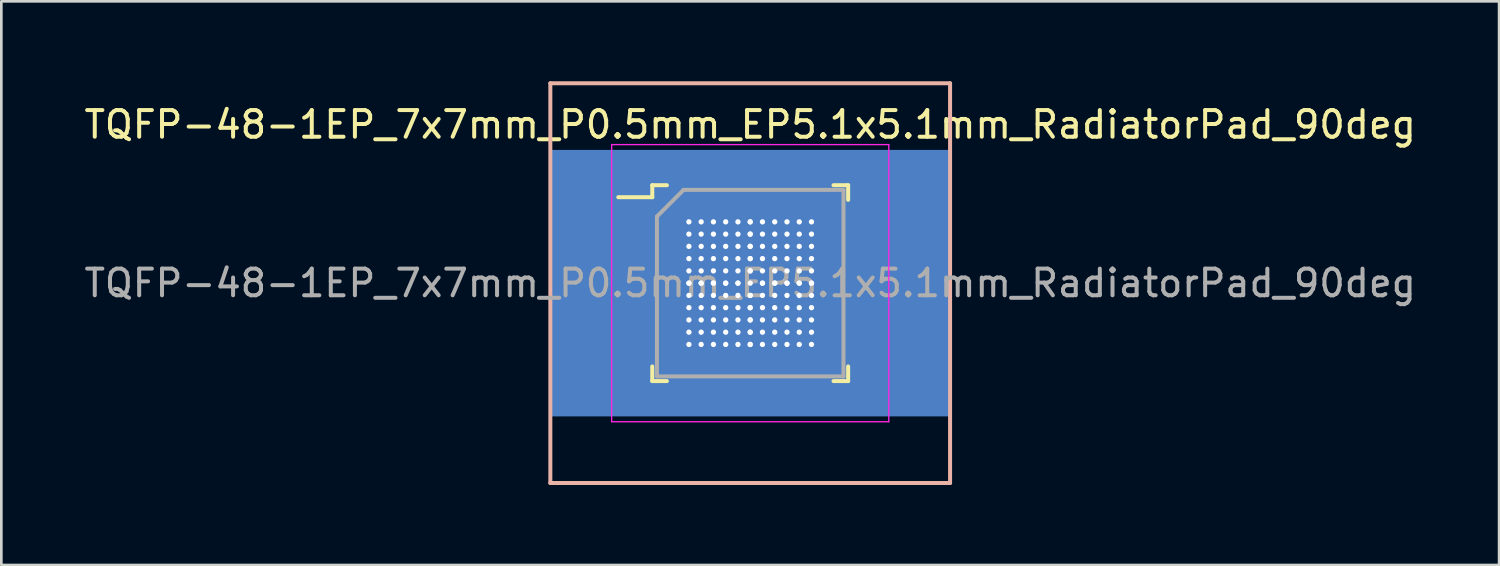
<source format=kicad_pcb>
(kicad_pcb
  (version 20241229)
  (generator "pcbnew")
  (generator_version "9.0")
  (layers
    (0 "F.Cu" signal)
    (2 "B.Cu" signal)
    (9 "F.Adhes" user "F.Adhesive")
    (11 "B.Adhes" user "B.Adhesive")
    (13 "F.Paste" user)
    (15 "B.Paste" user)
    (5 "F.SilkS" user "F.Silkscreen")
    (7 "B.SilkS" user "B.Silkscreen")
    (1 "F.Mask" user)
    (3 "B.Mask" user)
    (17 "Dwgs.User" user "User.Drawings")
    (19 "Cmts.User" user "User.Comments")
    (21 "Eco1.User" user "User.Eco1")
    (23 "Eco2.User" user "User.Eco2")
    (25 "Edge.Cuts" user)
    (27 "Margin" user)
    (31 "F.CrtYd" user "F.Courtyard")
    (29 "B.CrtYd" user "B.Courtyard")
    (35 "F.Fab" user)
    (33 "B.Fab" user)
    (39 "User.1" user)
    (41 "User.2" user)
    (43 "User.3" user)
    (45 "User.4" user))
  (footprint "TQFP-48-1EP_7x7mm_P0.5mm_EP5.1x5.1mm_RadiatorPad_90deg"
    (layer "F.Cu")
    (at 25.101 7.575)
    (property "Reference" "TQFP-48-1EP_7x7mm_P0.5mm_EP5.1x5.1mm_RadiatorPad_90deg" (at 0 -5.95 0) (layer "F.SilkS") (effects (font (size 1 1) (thickness 0.15))))
    (attr smd)
    (fp_line (start -3.675 -3.675) (end -3.675 -3.225) (stroke (width 0.15) (type solid)) (layer "F.SilkS"))
    (fp_line (start -3.675 -3.675) (end -3.125 -3.675) (stroke (width 0.15) (type solid)) (layer "F.SilkS"))
    (fp_line (start -3.675 -3.225) (end -4.95 -3.225) (stroke (width 0.15) (type solid)) (layer "F.SilkS"))
    (fp_line (start -3.675 3.675) (end -3.675 3.125) (stroke (width 0.15) (type solid)) (layer "F.SilkS"))
    (fp_line (start -3.675 3.675) (end -3.125 3.675) (stroke (width 0.15) (type solid)) (layer "F.SilkS"))
    (fp_line (start 3.675 -3.675) (end 3.125 -3.675) (stroke (width 0.15) (type solid)) (layer "F.SilkS"))
    (fp_line (start 3.675 -3.675) (end 3.675 -3.125) (stroke (width 0.15) (type solid)) (layer "F.SilkS"))
    (fp_line (start 3.675 3.675) (end 3.125 3.675) (stroke (width 0.15) (type solid)) (layer "F.SilkS"))
    (fp_line (start 3.675 3.675) (end 3.675 3.125) (stroke (width 0.15) (type solid)) (layer "F.SilkS"))
    (fp_line (start -7.5 -7.5) (end -7.5 7.5) (stroke (width 0.15) (type solid)) (layer "B.SilkS"))
    (fp_line (start -7.5 7.5) (end 7.5 7.5) (stroke (width 0.15) (type solid)) (layer "B.SilkS"))
    (fp_line (start 7.5 -7.5) (end -7.5 -7.5) (stroke (width 0.15) (type solid)) (layer "B.SilkS"))
    (fp_line (start 7.5 7.5) (end 7.5 -7.5) (stroke (width 0.15) (type solid)) (layer "B.SilkS"))
    (fp_line (start -5.2 -5.2) (end -5.2 5.2) (stroke (width 0.05) (type solid)) (layer "F.CrtYd"))
    (fp_line (start -5.2 -5.2) (end 5.2 -5.2) (stroke (width 0.05) (type solid)) (layer "F.CrtYd"))
    (fp_line (start -5.2 5.2) (end 5.2 5.2) (stroke (width 0.05) (type solid)) (layer "F.CrtYd"))
    (fp_line (start 5.2 -5.2) (end 5.2 5.2) (stroke (width 0.05) (type solid)) (layer "F.CrtYd"))
    (fp_line (start -3.5 -2.5) (end -2.5 -3.5) (stroke (width 0.15) (type solid)) (layer "F.Fab"))
    (fp_line (start -3.5 3.5) (end -3.5 -2.5) (stroke (width 0.15) (type solid)) (layer "F.Fab"))
    (fp_line (start -2.5 -3.5) (end 3.5 -3.5) (stroke (width 0.15) (type solid)) (layer "F.Fab"))
    (fp_line (start 3.5 -3.5) (end 3.5 3.5) (stroke (width 0.15) (type solid)) (layer "F.Fab"))
    (fp_line (start 3.5 3.5) (end -3.5 3.5) (stroke (width 0.15) (type solid)) (layer "F.Fab"))
    (fp_text user "${REFERENCE}" (at 0 0 0) (layer "F.Fab") (effects (font (size 1 1) (thickness 0.15))))
    (pad "" smd rect (at -1.275 -1.275) (size 1.75 1.75) (layers "F.Paste"))
    (pad "" smd rect (at -1.275 1.275) (size 1.75 1.75) (layers "F.Paste"))
    (pad "" smd rect (at 1.275 -1.275) (size 1.75 1.75) (layers "F.Paste"))
    (pad "" smd rect (at 1.275 1.275) (size 1.75 1.75) (layers "F.Paste"))
    (pad "1" smd rect (at -4.2 -2.75) (size 1.5 0.3) (layers "F.Cu" "F.Mask" "F.Paste"))
    (pad "2" smd rect (at -4.2 -2.25) (size 1.5 0.3) (layers "F.Cu" "F.Mask" "F.Paste"))
    (pad "3" smd rect (at -4.2 -1.75) (size 1.5 0.3) (layers "F.Cu" "F.Mask" "F.Paste"))
    (pad "4" smd rect (at -4.2 -1.25) (size 1.5 0.3) (layers "F.Cu" "F.Mask" "F.Paste"))
    (pad "5" smd rect (at -4.2 -0.75) (size 1.5 0.3) (layers "F.Cu" "F.Mask" "F.Paste"))
    (pad "6" smd rect (at -4.2 -0.25) (size 1.5 0.3) (layers "F.Cu" "F.Mask" "F.Paste"))
    (pad "7" smd rect (at -4.2 0.25) (size 1.5 0.3) (layers "F.Cu" "F.Mask" "F.Paste"))
    (pad "8" smd rect (at -4.2 0.75) (size 1.5 0.3) (layers "F.Cu" "F.Mask" "F.Paste"))
    (pad "9" smd rect (at -4.2 1.25) (size 1.5 0.3) (layers "F.Cu" "F.Mask" "F.Paste"))
    (pad "10" smd rect (at -4.2 1.75) (size 1.5 0.3) (layers "F.Cu" "F.Mask" "F.Paste"))
    (pad "11" smd rect (at -4.2 2.25) (size 1.5 0.3) (layers "F.Cu" "F.Mask" "F.Paste"))
    (pad "12" smd rect (at -4.2 2.75) (size 1.5 0.3) (layers "F.Cu" "F.Mask" "F.Paste"))
    (pad "13" smd rect (at -2.75 4.2 90) (size 1.5 0.3) (layers "F.Cu" "F.Mask" "F.Paste"))
    (pad "14" smd rect (at -2.25 4.2 90) (size 1.5 0.3) (layers "F.Cu" "F.Mask" "F.Paste"))
    (pad "15" smd rect (at -1.75 4.2 90) (size 1.5 0.3) (layers "F.Cu" "F.Mask" "F.Paste"))
    (pad "16" smd rect (at -1.25 4.2 90) (size 1.5 0.3) (layers "F.Cu" "F.Mask" "F.Paste"))
    (pad "17" smd rect (at -0.75 4.2 90) (size 1.5 0.3) (layers "F.Cu" "F.Mask" "F.Paste"))
    (pad "18" smd rect (at -0.25 4.2 90) (size 1.5 0.3) (layers "F.Cu" "F.Mask" "F.Paste"))
    (pad "19" smd rect (at 0.25 4.2 90) (size 1.5 0.3) (layers "F.Cu" "F.Mask" "F.Paste"))
    (pad "20" smd rect (at 0.75 4.2 90) (size 1.5 0.3) (layers "F.Cu" "F.Mask" "F.Paste"))
    (pad "21" smd rect (at 1.25 4.2 90) (size 1.5 0.3) (layers "F.Cu" "F.Mask" "F.Paste"))
    (pad "22" smd rect (at 1.75 4.2 90) (size 1.5 0.3) (layers "F.Cu" "F.Mask" "F.Paste"))
    (pad "23" smd rect (at 2.25 4.2 90) (size 1.5 0.3) (layers "F.Cu" "F.Mask" "F.Paste"))
    (pad "24" smd rect (at 2.75 4.2 90) (size 1.5 0.3) (layers "F.Cu" "F.Mask" "F.Paste"))
    (pad "25" smd rect (at 4.2 2.75) (size 1.5 0.3) (layers "F.Cu" "F.Mask" "F.Paste"))
    (pad "26" smd rect (at 4.2 2.25) (size 1.5 0.3) (layers "F.Cu" "F.Mask" "F.Paste"))
    (pad "27" smd rect (at 4.2 1.75) (size 1.5 0.3) (layers "F.Cu" "F.Mask" "F.Paste"))
    (pad "28" smd rect (at 4.2 1.25) (size 1.5 0.3) (layers "F.Cu" "F.Mask" "F.Paste"))
    (pad "29" smd rect (at 4.2 0.75) (size 1.5 0.3) (layers "F.Cu" "F.Mask" "F.Paste"))
    (pad "30" smd rect (at 4.2 0.25) (size 1.5 0.3) (layers "F.Cu" "F.Mask" "F.Paste"))
    (pad "31" smd rect (at 4.2 -0.25) (size 1.5 0.3) (layers "F.Cu" "F.Mask" "F.Paste"))
    (pad "32" smd rect (at 4.2 -0.75) (size 1.5 0.3) (layers "F.Cu" "F.Mask" "F.Paste"))
    (pad "33" smd rect (at 4.2 -1.25) (size 1.5 0.3) (layers "F.Cu" "F.Mask" "F.Paste"))
    (pad "34" smd rect (at 4.2 -1.75) (size 1.5 0.3) (layers "F.Cu" "F.Mask" "F.Paste"))
    (pad "35" smd rect (at 4.2 -2.25) (size 1.5 0.3) (layers "F.Cu" "F.Mask" "F.Paste"))
    (pad "36" smd rect (at 4.2 -2.75) (size 1.5 0.3) (layers "F.Cu" "F.Mask" "F.Paste"))
    (pad "37" smd rect (at 2.75 -4.2 90) (size 1.5 0.3) (layers "F.Cu" "F.Mask" "F.Paste"))
    (pad "38" smd rect (at 2.25 -4.2 90) (size 1.5 0.3) (layers "F.Cu" "F.Mask" "F.Paste"))
    (pad "39" smd rect (at 1.75 -4.2 90) (size 1.5 0.3) (layers "F.Cu" "F.Mask" "F.Paste"))
    (pad "40" smd rect (at 1.25 -4.2 90) (size 1.5 0.3) (layers "F.Cu" "F.Mask" "F.Paste"))
    (pad "41" smd rect (at 0.75 -4.2 90) (size 1.5 0.3) (layers "F.Cu" "F.Mask" "F.Paste"))
    (pad "42" smd rect (at 0.25 -4.2 90) (size 1.5 0.3) (layers "F.Cu" "F.Mask" "F.Paste"))
    (pad "43" smd rect (at -0.25 -4.2 90) (size 1.5 0.3) (layers "F.Cu" "F.Mask" "F.Paste"))
    (pad "44" smd rect (at -0.75 -4.2 90) (size 1.5 0.3) (layers "F.Cu" "F.Mask" "F.Paste"))
    (pad "45" smd rect (at -1.25 -4.2 90) (size 1.5 0.3) (layers "F.Cu" "F.Mask" "F.Paste"))
    (pad "46" smd rect (at -1.75 -4.2 90) (size 1.5 0.3) (layers "F.Cu" "F.Mask" "F.Paste"))
    (pad "47" smd rect (at -2.25 -4.2 90) (size 1.5 0.3) (layers "F.Cu" "F.Mask" "F.Paste"))
    (pad "48" smd rect (at -2.75 -4.2 90) (size 1.5 0.3) (layers "F.Cu" "F.Mask" "F.Paste"))
    (pad "49" thru_hole circle (at -2.3 -2.3) (size 0.45 0.45) (drill 0.2) (layers "*.Cu"))
    (pad "49" thru_hole circle (at -2.3 -1.84) (size 0.45 0.45) (drill 0.2) (layers "*.Cu"))
    (pad "49" thru_hole circle (at -2.3 -1.38) (size 0.45 0.45) (drill 0.2) (layers "*.Cu"))
    (pad "49" thru_hole circle (at -2.3 -0.92) (size 0.45 0.45) (drill 0.2) (layers "*.Cu"))
    (pad "49" thru_hole circle (at -2.3 -0.46) (size 0.45 0.45) (drill 0.2) (layers "*.Cu"))
    (pad "49" thru_hole circle (at -2.3 0) (size 0.45 0.45) (drill 0.2) (layers "*.Cu"))
    (pad "49" thru_hole circle (at -2.3 0) (size 0.45 0.45) (drill 0.2) (layers "*.Cu"))
    (pad "49" thru_hole circle (at -2.3 0.46) (size 0.45 0.45) (drill 0.2) (layers "*.Cu"))
    (pad "49" thru_hole circle (at -2.3 0.92) (size 0.45 0.45) (drill 0.2) (layers "*.Cu"))
    (pad "49" thru_hole circle (at -2.3 1.38) (size 0.45 0.45) (drill 0.2) (layers "*.Cu"))
    (pad "49" thru_hole circle (at -2.3 1.84) (size 0.45 0.45) (drill 0.2) (layers "*.Cu"))
    (pad "49" thru_hole circle (at -2.3 2.3) (size 0.45 0.45) (drill 0.2) (layers "*.Cu"))
    (pad "49" thru_hole circle (at -1.84 -2.3) (size 0.45 0.45) (drill 0.2) (layers "*.Cu"))
    (pad "49" thru_hole circle (at -1.84 -1.84) (size 0.45 0.45) (drill 0.2) (layers "*.Cu"))
    (pad "49" thru_hole circle (at -1.84 -1.38) (size 0.45 0.45) (drill 0.2) (layers "*.Cu"))
    (pad "49" thru_hole circle (at -1.84 -0.92) (size 0.45 0.45) (drill 0.2) (layers "*.Cu"))
    (pad "49" thru_hole circle (at -1.84 -0.46) (size 0.45 0.45) (drill 0.2) (layers "*.Cu"))
    (pad "49" thru_hole circle (at -1.84 0) (size 0.45 0.45) (drill 0.2) (layers "*.Cu"))
    (pad "49" thru_hole circle (at -1.84 0) (size 0.45 0.45) (drill 0.2) (layers "*.Cu"))
    (pad "49" thru_hole circle (at -1.84 0.46) (size 0.45 0.45) (drill 0.2) (layers "*.Cu"))
    (pad "49" thru_hole circle (at -1.84 0.92) (size 0.45 0.45) (drill 0.2) (layers "*.Cu"))
    (pad "49" thru_hole circle (at -1.84 1.38) (size 0.45 0.45) (drill 0.2) (layers "*.Cu"))
    (pad "49" thru_hole circle (at -1.84 1.84) (size 0.45 0.45) (drill 0.2) (layers "*.Cu"))
    (pad "49" thru_hole circle (at -1.84 2.3) (size 0.45 0.45) (drill 0.2) (layers "*.Cu"))
    (pad "49" thru_hole circle (at -1.38 -2.3) (size 0.45 0.45) (drill 0.2) (layers "*.Cu"))
    (pad "49" thru_hole circle (at -1.38 -1.84) (size 0.45 0.45) (drill 0.2) (layers "*.Cu"))
    (pad "49" thru_hole circle (at -1.38 -1.38) (size 0.45 0.45) (drill 0.2) (layers "*.Cu"))
    (pad "49" thru_hole circle (at -1.38 -0.92) (size 0.45 0.45) (drill 0.2) (layers "*.Cu"))
    (pad "49" thru_hole circle (at -1.38 -0.46) (size 0.45 0.45) (drill 0.2) (layers "*.Cu"))
    (pad "49" thru_hole circle (at -1.38 0) (size 0.45 0.45) (drill 0.2) (layers "*.Cu"))
    (pad "49" thru_hole circle (at -1.38 0) (size 0.45 0.45) (drill 0.2) (layers "*.Cu"))
    (pad "49" thru_hole circle (at -1.38 0.46) (size 0.45 0.45) (drill 0.2) (layers "*.Cu"))
    (pad "49" thru_hole circle (at -1.38 0.92) (size 0.45 0.45) (drill 0.2) (layers "*.Cu"))
    (pad "49" thru_hole circle (at -1.38 1.38) (size 0.45 0.45) (drill 0.2) (layers "*.Cu"))
    (pad "49" thru_hole circle (at -1.38 1.84) (size 0.45 0.45) (drill 0.2) (layers "*.Cu"))
    (pad "49" thru_hole circle (at -1.38 2.3) (size 0.45 0.45) (drill 0.2) (layers "*.Cu"))
    (pad "49" thru_hole circle (at -0.92 -2.3) (size 0.45 0.45) (drill 0.2) (layers "*.Cu"))
    (pad "49" thru_hole circle (at -0.92 -1.84) (size 0.45 0.45) (drill 0.2) (layers "*.Cu"))
    (pad "49" thru_hole circle (at -0.92 -1.38) (size 0.45 0.45) (drill 0.2) (layers "*.Cu"))
    (pad "49" thru_hole circle (at -0.92 -0.92) (size 0.45 0.45) (drill 0.2) (layers "*.Cu"))
    (pad "49" thru_hole circle (at -0.92 -0.46) (size 0.45 0.45) (drill 0.2) (layers "*.Cu"))
    (pad "49" thru_hole circle (at -0.92 0) (size 0.45 0.45) (drill 0.2) (layers "*.Cu"))
    (pad "49" thru_hole circle (at -0.92 0) (size 0.45 0.45) (drill 0.2) (layers "*.Cu"))
    (pad "49" thru_hole circle (at -0.92 0.46) (size 0.45 0.45) (drill 0.2) (layers "*.Cu"))
    (pad "49" thru_hole circle (at -0.92 0.92) (size 0.45 0.45) (drill 0.2) (layers "*.Cu"))
    (pad "49" thru_hole circle (at -0.92 1.38) (size 0.45 0.45) (drill 0.2) (layers "*.Cu"))
    (pad "49" thru_hole circle (at -0.92 1.84) (size 0.45 0.45) (drill 0.2) (layers "*.Cu"))
    (pad "49" thru_hole circle (at -0.92 2.3) (size 0.45 0.45) (drill 0.2) (layers "*.Cu"))
    (pad "49" thru_hole circle (at -0.46 -2.3) (size 0.45 0.45) (drill 0.2) (layers "*.Cu"))
    (pad "49" thru_hole circle (at -0.46 -1.84) (size 0.45 0.45) (drill 0.2) (layers "*.Cu"))
    (pad "49" thru_hole circle (at -0.46 -1.38) (size 0.45 0.45) (drill 0.2) (layers "*.Cu"))
    (pad "49" thru_hole circle (at -0.46 -0.92) (size 0.45 0.45) (drill 0.2) (layers "*.Cu"))
    (pad "49" thru_hole circle (at -0.46 -0.46) (size 0.45 0.45) (drill 0.2) (layers "*.Cu"))
    (pad "49" thru_hole circle (at -0.46 0) (size 0.45 0.45) (drill 0.2) (layers "*.Cu"))
    (pad "49" thru_hole circle (at -0.46 0) (size 0.45 0.45) (drill 0.2) (layers "*.Cu"))
    (pad "49" thru_hole circle (at -0.46 0.46) (size 0.45 0.45) (drill 0.2) (layers "*.Cu"))
    (pad "49" thru_hole circle (at -0.46 0.92) (size 0.45 0.45) (drill 0.2) (layers "*.Cu"))
    (pad "49" thru_hole circle (at -0.46 1.38) (size 0.45 0.45) (drill 0.2) (layers "*.Cu"))
    (pad "49" thru_hole circle (at -0.46 1.84) (size 0.45 0.45) (drill 0.2) (layers "*.Cu"))
    (pad "49" thru_hole circle (at -0.46 2.3) (size 0.45 0.45) (drill 0.2) (layers "*.Cu"))
    (pad "49" thru_hole circle (at 0 -2.3) (size 0.45 0.45) (drill 0.2) (layers "*.Cu"))
    (pad "49" thru_hole circle (at 0 -2.3) (size 0.45 0.45) (drill 0.2) (layers "*.Cu"))
    (pad "49" thru_hole circle (at 0 -1.84) (size 0.45 0.45) (drill 0.2) (layers "*.Cu"))
    (pad "49" thru_hole circle (at 0 -1.84) (size 0.45 0.45) (drill 0.2) (layers "*.Cu"))
    (pad "49" thru_hole circle (at 0 -1.38) (size 0.45 0.45) (drill 0.2) (layers "*.Cu"))
    (pad "49" thru_hole circle (at 0 -1.38) (size 0.45 0.45) (drill 0.2) (layers "*.Cu"))
    (pad "49" thru_hole circle (at 0 -0.92) (size 0.45 0.45) (drill 0.2) (layers "*.Cu"))
    (pad "49" thru_hole circle (at 0 -0.92) (size 0.45 0.45) (drill 0.2) (layers "*.Cu"))
    (pad "49" thru_hole circle (at 0 -0.46) (size 0.45 0.45) (drill 0.2) (layers "*.Cu"))
    (pad "49" thru_hole circle (at 0 -0.46) (size 0.45 0.45) (drill 0.2) (layers "*.Cu"))
    (pad "49" thru_hole circle (at 0 0) (size 0.45 0.45) (drill 0.2) (layers "*.Cu"))
    (pad "49" smd rect (at 0 0) (size 5.1 5.1) (layers "F.Cu" "F.Mask"))
    (pad "49" smd rect (at 0 0) (size 15 10) (layers "B.Cu" "B.Mask"))
    (pad "49" thru_hole circle (at 0 0.46) (size 0.45 0.45) (drill 0.2) (layers "*.Cu"))
    (pad "49" thru_hole circle (at 0 0.46) (size 0.45 0.45) (drill 0.2) (layers "*.Cu"))
    (pad "49" thru_hole circle (at 0 0.92) (size 0.45 0.45) (drill 0.2) (layers "*.Cu"))
    (pad "49" thru_hole circle (at 0 0.92) (size 0.45 0.45) (drill 0.2) (layers "*.Cu"))
    (pad "49" thru_hole circle (at 0 1.38) (size 0.45 0.45) (drill 0.2) (layers "*.Cu"))
    (pad "49" thru_hole circle (at 0 1.38) (size 0.45 0.45) (drill 0.2) (layers "*.Cu"))
    (pad "49" thru_hole circle (at 0 1.84) (size 0.45 0.45) (drill 0.2) (layers "*.Cu"))
    (pad "49" thru_hole circle (at 0 1.84) (size 0.45 0.45) (drill 0.2) (layers "*.Cu"))
    (pad "49" thru_hole circle (at 0 2.3) (size 0.45 0.45) (drill 0.2) (layers "*.Cu"))
    (pad "49" thru_hole circle (at 0 2.3) (size 0.45 0.45) (drill 0.2) (layers "*.Cu"))
    (pad "49" thru_hole circle (at 0.46 -2.3) (size 0.45 0.45) (drill 0.2) (layers "*.Cu"))
    (pad "49" thru_hole circle (at 0.46 -1.84) (size 0.45 0.45) (drill 0.2) (layers "*.Cu"))
    (pad "49" thru_hole circle (at 0.46 -1.38) (size 0.45 0.45) (drill 0.2) (layers "*.Cu"))
    (pad "49" thru_hole circle (at 0.46 -0.92) (size 0.45 0.45) (drill 0.2) (layers "*.Cu"))
    (pad "49" thru_hole circle (at 0.46 -0.46) (size 0.45 0.45) (drill 0.2) (layers "*.Cu"))
    (pad "49" thru_hole circle (at 0.46 0) (size 0.45 0.45) (drill 0.2) (layers "*.Cu"))
    (pad "49" thru_hole circle (at 0.46 0) (size 0.45 0.45) (drill 0.2) (layers "*.Cu"))
    (pad "49" thru_hole circle (at 0.46 0.46) (size 0.45 0.45) (drill 0.2) (layers "*.Cu"))
    (pad "49" thru_hole circle (at 0.46 0.92) (size 0.45 0.45) (drill 0.2) (layers "*.Cu"))
    (pad "49" thru_hole circle (at 0.46 1.38) (size 0.45 0.45) (drill 0.2) (layers "*.Cu"))
    (pad "49" thru_hole circle (at 0.46 1.84) (size 0.45 0.45) (drill 0.2) (layers "*.Cu"))
    (pad "49" thru_hole circle (at 0.46 2.3) (size 0.45 0.45) (drill 0.2) (layers "*.Cu"))
    (pad "49" thru_hole circle (at 0.92 -2.3) (size 0.45 0.45) (drill 0.2) (layers "*.Cu"))
    (pad "49" thru_hole circle (at 0.92 -1.84) (size 0.45 0.45) (drill 0.2) (layers "*.Cu"))
    (pad "49" thru_hole circle (at 0.92 -1.38) (size 0.45 0.45) (drill 0.2) (layers "*.Cu"))
    (pad "49" thru_hole circle (at 0.92 -0.92) (size 0.45 0.45) (drill 0.2) (layers "*.Cu"))
    (pad "49" thru_hole circle (at 0.92 -0.46) (size 0.45 0.45) (drill 0.2) (layers "*.Cu"))
    (pad "49" thru_hole circle (at 0.92 0) (size 0.45 0.45) (drill 0.2) (layers "*.Cu"))
    (pad "49" thru_hole circle (at 0.92 0) (size 0.45 0.45) (drill 0.2) (layers "*.Cu"))
    (pad "49" thru_hole circle (at 0.92 0.46) (size 0.45 0.45) (drill 0.2) (layers "*.Cu"))
    (pad "49" thru_hole circle (at 0.92 0.92) (size 0.45 0.45) (drill 0.2) (layers "*.Cu"))
    (pad "49" thru_hole circle (at 0.92 1.38) (size 0.45 0.45) (drill 0.2) (layers "*.Cu"))
    (pad "49" thru_hole circle (at 0.92 1.84) (size 0.45 0.45) (drill 0.2) (layers "*.Cu"))
    (pad "49" thru_hole circle (at 0.92 2.3) (size 0.45 0.45) (drill 0.2) (layers "*.Cu"))
    (pad "49" thru_hole circle (at 1.38 -2.3) (size 0.45 0.45) (drill 0.2) (layers "*.Cu"))
    (pad "49" thru_hole circle (at 1.38 -1.84) (size 0.45 0.45) (drill 0.2) (layers "*.Cu"))
    (pad "49" thru_hole circle (at 1.38 -1.38) (size 0.45 0.45) (drill 0.2) (layers "*.Cu"))
    (pad "49" thru_hole circle (at 1.38 -0.92) (size 0.45 0.45) (drill 0.2) (layers "*.Cu"))
    (pad "49" thru_hole circle (at 1.38 -0.46) (size 0.45 0.45) (drill 0.2) (layers "*.Cu"))
    (pad "49" thru_hole circle (at 1.38 0) (size 0.45 0.45) (drill 0.2) (layers "*.Cu"))
    (pad "49" thru_hole circle (at 1.38 0) (size 0.45 0.45) (drill 0.2) (layers "*.Cu"))
    (pad "49" thru_hole circle (at 1.38 0.46) (size 0.45 0.45) (drill 0.2) (layers "*.Cu"))
    (pad "49" thru_hole circle (at 1.38 0.92) (size 0.45 0.45) (drill 0.2) (layers "*.Cu"))
    (pad "49" thru_hole circle (at 1.38 1.38) (size 0.45 0.45) (drill 0.2) (layers "*.Cu"))
    (pad "49" thru_hole circle (at 1.38 1.84) (size 0.45 0.45) (drill 0.2) (layers "*.Cu"))
    (pad "49" thru_hole circle (at 1.38 2.3) (size 0.45 0.45) (drill 0.2) (layers "*.Cu"))
    (pad "49" thru_hole circle (at 1.84 -2.3) (size 0.45 0.45) (drill 0.2) (layers "*.Cu"))
    (pad "49" thru_hole circle (at 1.84 -1.84) (size 0.45 0.45) (drill 0.2) (layers "*.Cu"))
    (pad "49" thru_hole circle (at 1.84 -1.38) (size 0.45 0.45) (drill 0.2) (layers "*.Cu"))
    (pad "49" thru_hole circle (at 1.84 -0.92) (size 0.45 0.45) (drill 0.2) (layers "*.Cu"))
    (pad "49" thru_hole circle (at 1.84 -0.46) (size 0.45 0.45) (drill 0.2) (layers "*.Cu"))
    (pad "49" thru_hole circle (at 1.84 0) (size 0.45 0.45) (drill 0.2) (layers "*.Cu"))
    (pad "49" thru_hole circle (at 1.84 0) (size 0.45 0.45) (drill 0.2) (layers "*.Cu"))
    (pad "49" thru_hole circle (at 1.84 0.46) (size 0.45 0.45) (drill 0.2) (layers "*.Cu"))
    (pad "49" thru_hole circle (at 1.84 0.92) (size 0.45 0.45) (drill 0.2) (layers "*.Cu"))
    (pad "49" thru_hole circle (at 1.84 1.38) (size 0.45 0.45) (drill 0.2) (layers "*.Cu"))
    (pad "49" thru_hole circle (at 1.84 1.84) (size 0.45 0.45) (drill 0.2) (layers "*.Cu"))
    (pad "49" thru_hole circle (at 1.84 2.3) (size 0.45 0.45) (drill 0.2) (layers "*.Cu"))
    (pad "49" thru_hole circle (at 2.3 -2.3) (size 0.45 0.45) (drill 0.2) (layers "*.Cu"))
    (pad "49" thru_hole circle (at 2.3 -1.84) (size 0.45 0.45) (drill 0.2) (layers "*.Cu"))
    (pad "49" thru_hole circle (at 2.3 -1.38) (size 0.45 0.45) (drill 0.2) (layers "*.Cu"))
    (pad "49" thru_hole circle (at 2.3 -0.92) (size 0.45 0.45) (drill 0.2) (layers "*.Cu"))
    (pad "49" thru_hole circle (at 2.3 -0.46) (size 0.45 0.45) (drill 0.2) (layers "*.Cu"))
    (pad "49" thru_hole circle (at 2.3 0) (size 0.45 0.45) (drill 0.2) (layers "*.Cu"))
    (pad "49" thru_hole circle (at 2.3 0) (size 0.45 0.45) (drill 0.2) (layers "*.Cu"))
    (pad "49" thru_hole circle (at 2.3 0.46) (size 0.45 0.45) (drill 0.2) (layers "*.Cu"))
    (pad "49" thru_hole circle (at 2.3 0.92) (size 0.45 0.45) (drill 0.2) (layers "*.Cu"))
    (pad "49" thru_hole circle (at 2.3 1.38) (size 0.45 0.45) (drill 0.2) (layers "*.Cu"))
    (pad "49" thru_hole circle (at 2.3 1.84) (size 0.45 0.45) (drill 0.2) (layers "*.Cu"))
    (pad "49" thru_hole circle (at 2.3 2.3) (size 0.45 0.45) (drill 0.2) (layers "*.Cu")))
  (gr_rect
    (start -3 -3)
    (end 53.202 18.15)
    (stroke (width 0.1) (type default))
    (fill no)
    (layer "Edge.Cuts")))
</source>
